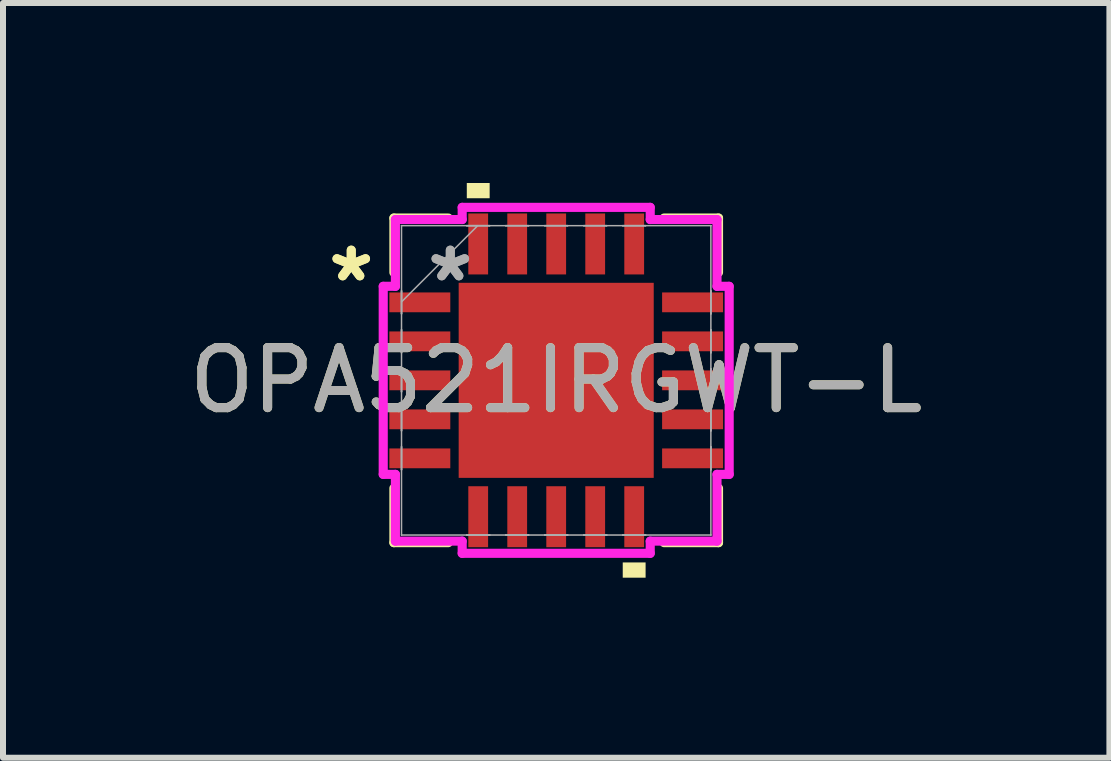
<source format=kicad_pcb>
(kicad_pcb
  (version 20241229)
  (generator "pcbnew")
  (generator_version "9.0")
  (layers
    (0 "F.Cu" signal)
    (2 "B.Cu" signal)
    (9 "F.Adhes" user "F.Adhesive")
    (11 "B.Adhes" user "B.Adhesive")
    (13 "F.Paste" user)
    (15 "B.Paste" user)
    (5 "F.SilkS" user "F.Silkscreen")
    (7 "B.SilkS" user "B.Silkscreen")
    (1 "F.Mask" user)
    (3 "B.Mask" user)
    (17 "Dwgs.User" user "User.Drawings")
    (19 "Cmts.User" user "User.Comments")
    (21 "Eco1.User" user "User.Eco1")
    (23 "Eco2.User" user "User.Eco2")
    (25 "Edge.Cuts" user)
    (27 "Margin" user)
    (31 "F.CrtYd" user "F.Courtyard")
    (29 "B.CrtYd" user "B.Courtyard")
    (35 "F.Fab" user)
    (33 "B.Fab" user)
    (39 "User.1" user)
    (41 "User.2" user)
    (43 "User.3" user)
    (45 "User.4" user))
  (footprint "OPA521IRGWT-L"
    (layer "F.Cu")
    (at 6.22 3.289)
    (property "Reference" "OPA521IRGWT-L" (at 0 0 0) (unlocked yes) (layer "F.SilkS") (effects (font (size 1 1) (thickness 0.15))))
    (attr smd)
    (fp_poly (pts (xy -1.689 -1.689) (xy -1.381 -1.689) (xy -1.381 1.689) (xy -1.689 1.689)) (stroke (width 0) (type solid)) (fill yes) (layer "F.Mask"))
    (fp_poly (pts (xy -1.689 -1.689) (xy 1.689 -1.689) (xy 1.689 -1.381) (xy -1.689 -1.381)) (stroke (width 0) (type solid)) (fill yes) (layer "F.Mask"))
    (fp_poly (pts (xy -1.689 -0.981) (xy 1.689 -0.981) (xy 1.689 -0.594) (xy -1.689 -0.594)) (stroke (width 0) (type solid)) (fill yes) (layer "F.Mask"))
    (fp_poly (pts (xy -1.689 -0.194) (xy 1.689 -0.194) (xy 1.689 0.194) (xy -1.689 0.194)) (stroke (width 0) (type solid)) (fill yes) (layer "F.Mask"))
    (fp_poly (pts (xy -1.689 0.594) (xy 1.689 0.594) (xy 1.689 0.981) (xy -1.689 0.981)) (stroke (width 0) (type solid)) (fill yes) (layer "F.Mask"))
    (fp_poly (pts (xy -1.689 1.381) (xy 1.689 1.381) (xy 1.689 1.689) (xy -1.689 1.689)) (stroke (width 0) (type solid)) (fill yes) (layer "F.Mask"))
    (fp_poly (pts (xy -0.594 -1.689) (xy -0.981 -1.689) (xy -0.981 1.689) (xy -0.594 1.689)) (stroke (width 0) (type solid)) (fill yes) (layer "F.Mask"))
    (fp_poly (pts (xy 0.194 -1.689) (xy -0.194 -1.689) (xy -0.194 1.689) (xy 0.194 1.689)) (stroke (width 0) (type solid)) (fill yes) (layer "F.Mask"))
    (fp_poly (pts (xy 0.981 -1.689) (xy 0.594 -1.689) (xy 0.594 1.689) (xy 0.981 1.689)) (stroke (width 0) (type solid)) (fill yes) (layer "F.Mask"))
    (fp_poly (pts (xy 1.381 -1.689) (xy 1.689 -1.689) (xy 1.689 1.689) (xy 1.381 1.689)) (stroke (width 0) (type solid)) (fill yes) (layer "F.Mask"))
    (fp_line (start -2.705 -2.705) (end -2.705 -1.798) (stroke (width 0.152) (type solid)) (layer "F.SilkS"))
    (fp_line (start -2.705 1.798) (end -2.705 2.705) (stroke (width 0.152) (type solid)) (layer "F.SilkS"))
    (fp_line (start -2.705 2.705) (end -1.798 2.705) (stroke (width 0.152) (type solid)) (layer "F.SilkS"))
    (fp_line (start -1.798 -2.705) (end -2.705 -2.705) (stroke (width 0.152) (type solid)) (layer "F.SilkS"))
    (fp_line (start 1.798 2.705) (end 2.705 2.705) (stroke (width 0.152) (type solid)) (layer "F.SilkS"))
    (fp_line (start 2.705 -2.705) (end 1.798 -2.705) (stroke (width 0.152) (type solid)) (layer "F.SilkS"))
    (fp_line (start 2.705 -1.798) (end 2.705 -2.705) (stroke (width 0.152) (type solid)) (layer "F.SilkS"))
    (fp_line (start 2.705 2.705) (end 2.705 1.798) (stroke (width 0.152) (type solid)) (layer "F.SilkS"))
    (fp_poly (pts (xy -1.49 -3.035) (xy -1.49 -3.289) (xy -1.109 -3.289) (xy -1.109 -3.035)) (stroke (width 0) (type solid)) (fill yes) (layer "F.SilkS"))
    (fp_poly (pts (xy 1.109 3.035) (xy 1.109 3.289) (xy 1.49 3.289) (xy 1.49 3.035)) (stroke (width 0) (type solid)) (fill yes) (layer "F.SilkS"))
    (fp_poly (pts (xy -1.551 -1.551) (xy -1.551 -1.281) (xy -1.423 -1.281) (xy -1.281 -1.423) (xy -1.281 -1.551)) (stroke (width 0) (type solid)) (fill yes) (layer "F.Paste"))
    (fp_poly (pts (xy -1.551 1.281) (xy -1.551 1.551) (xy -1.281 1.551) (xy -1.281 1.423) (xy -1.423 1.281)) (stroke (width 0) (type solid)) (fill yes) (layer "F.Paste"))
    (fp_poly (pts (xy 1.281 -1.551) (xy 1.281 -1.423) (xy 1.423 -1.281) (xy 1.551 -1.281) (xy 1.551 -1.551)) (stroke (width 0) (type solid)) (fill yes) (layer "F.Paste"))
    (fp_poly (pts (xy 1.423 1.281) (xy 1.281 1.423) (xy 1.281 1.551) (xy 1.551 1.551) (xy 1.551 1.281)) (stroke (width 0) (type solid)) (fill yes) (layer "F.Paste"))
    (fp_poly (pts (xy -1.551 -1.081) (xy -1.551 -0.494) (xy -1.423 -0.494) (xy -1.281 -0.635) (xy -1.281 -0.94) (xy -1.423 -1.081)) (stroke (width 0) (type solid)) (fill yes) (layer "F.Paste"))
    (fp_poly (pts (xy -1.551 -0.294) (xy -1.551 0.294) (xy -1.423 0.294) (xy -1.281 0.152) (xy -1.281 -0.152) (xy -1.423 -0.294)) (stroke (width 0) (type solid)) (fill yes) (layer "F.Paste"))
    (fp_poly (pts (xy -1.551 0.494) (xy -1.551 1.081) (xy -1.423 1.081) (xy -1.281 0.94) (xy -1.281 0.635) (xy -1.423 0.494)) (stroke (width 0) (type solid)) (fill yes) (layer "F.Paste"))
    (fp_poly (pts (xy -1.081 -1.551) (xy -1.081 -1.423) (xy -0.94 -1.281) (xy -0.635 -1.281) (xy -0.494 -1.423) (xy -0.494 -1.551)) (stroke (width 0) (type solid)) (fill yes) (layer "F.Paste"))
    (fp_poly (pts (xy -0.94 1.281) (xy -1.081 1.423) (xy -1.081 1.551) (xy -0.494 1.551) (xy -0.494 1.423) (xy -0.635 1.281)) (stroke (width 0) (type solid)) (fill yes) (layer "F.Paste"))
    (fp_poly (pts (xy -0.294 -1.551) (xy -0.294 -1.423) (xy -0.152 -1.281) (xy 0.152 -1.281) (xy 0.294 -1.423) (xy 0.294 -1.551)) (stroke (width 0) (type solid)) (fill yes) (layer "F.Paste"))
    (fp_poly (pts (xy -0.152 1.281) (xy -0.294 1.423) (xy -0.294 1.551) (xy 0.294 1.551) (xy 0.294 1.423) (xy 0.152 1.281)) (stroke (width 0) (type solid)) (fill yes) (layer "F.Paste"))
    (fp_poly (pts (xy 0.494 -1.551) (xy 0.494 -1.423) (xy 0.635 -1.281) (xy 0.94 -1.281) (xy 1.081 -1.423) (xy 1.081 -1.551)) (stroke (width 0) (type solid)) (fill yes) (layer "F.Paste"))
    (fp_poly (pts (xy 0.635 1.281) (xy 0.494 1.423) (xy 0.494 1.551) (xy 1.081 1.551) (xy 1.081 1.423) (xy 0.94 1.281)) (stroke (width 0) (type solid)) (fill yes) (layer "F.Paste"))
    (fp_poly (pts (xy 1.423 -1.081) (xy 1.281 -0.94) (xy 1.281 -0.635) (xy 1.423 -0.494) (xy 1.551 -0.494) (xy 1.551 -1.081)) (stroke (width 0) (type solid)) (fill yes) (layer "F.Paste"))
    (fp_poly (pts (xy 1.423 -0.294) (xy 1.281 -0.152) (xy 1.281 0.152) (xy 1.423 0.294) (xy 1.551 0.294) (xy 1.551 -0.294)) (stroke (width 0) (type solid)) (fill yes) (layer "F.Paste"))
    (fp_poly (pts (xy 1.423 0.494) (xy 1.281 0.635) (xy 1.281 0.94) (xy 1.423 1.081) (xy 1.551 1.081) (xy 1.551 0.494)) (stroke (width 0) (type solid)) (fill yes) (layer "F.Paste"))
    (fp_poly (pts (xy -0.94 -1.081) (xy -1.081 -0.94) (xy -1.081 -0.635) (xy -0.94 -0.494) (xy -0.635 -0.494) (xy -0.494 -0.635) (xy -0.494 -0.94) (xy -0.635 -1.081)) (stroke (width 0) (type solid)) (fill yes) (layer "F.Paste"))
    (fp_poly (pts (xy -0.94 -0.294) (xy -1.081 -0.152) (xy -1.081 0.152) (xy -0.94 0.294) (xy -0.635 0.294) (xy -0.494 0.152) (xy -0.494 -0.152) (xy -0.635 -0.294)) (stroke (width 0) (type solid)) (fill yes) (layer "F.Paste"))
    (fp_poly (pts (xy -0.94 0.494) (xy -1.081 0.635) (xy -1.081 0.94) (xy -0.94 1.081) (xy -0.635 1.081) (xy -0.494 0.94) (xy -0.494 0.635) (xy -0.635 0.494)) (stroke (width 0) (type solid)) (fill yes) (layer "F.Paste"))
    (fp_poly (pts (xy -0.152 -1.081) (xy -0.294 -0.94) (xy -0.294 -0.635) (xy -0.152 -0.494) (xy 0.152 -0.494) (xy 0.294 -0.635) (xy 0.294 -0.94) (xy 0.152 -1.081)) (stroke (width 0) (type solid)) (fill yes) (layer "F.Paste"))
    (fp_poly (pts (xy -0.152 -0.294) (xy -0.294 -0.152) (xy -0.294 0.152) (xy -0.152 0.294) (xy 0.152 0.294) (xy 0.294 0.152) (xy 0.294 -0.152) (xy 0.152 -0.294)) (stroke (width 0) (type solid)) (fill yes) (layer "F.Paste"))
    (fp_poly (pts (xy -0.152 0.494) (xy -0.294 0.635) (xy -0.294 0.94) (xy -0.152 1.081) (xy 0.152 1.081) (xy 0.294 0.94) (xy 0.294 0.635) (xy 0.152 0.494)) (stroke (width 0) (type solid)) (fill yes) (layer "F.Paste"))
    (fp_poly (pts (xy 0.635 -1.081) (xy 0.494 -0.94) (xy 0.494 -0.635) (xy 0.635 -0.494) (xy 0.94 -0.494) (xy 1.081 -0.635) (xy 1.081 -0.94) (xy 0.94 -1.081)) (stroke (width 0) (type solid)) (fill yes) (layer "F.Paste"))
    (fp_poly (pts (xy 0.635 -0.294) (xy 0.494 -0.152) (xy 0.494 0.152) (xy 0.635 0.294) (xy 0.94 0.294) (xy 1.081 0.152) (xy 1.081 -0.152) (xy 0.94 -0.294)) (stroke (width 0) (type solid)) (fill yes) (layer "F.Paste"))
    (fp_poly (pts (xy 0.635 0.494) (xy 0.494 0.635) (xy 0.494 0.94) (xy 0.635 1.081) (xy 0.94 1.081) (xy 1.081 0.94) (xy 1.081 0.635) (xy 0.94 0.494)) (stroke (width 0) (type solid)) (fill yes) (layer "F.Paste"))
    (fp_circle (center -1.181 -1.181) (end -0.8 -1.181) (stroke (width 0.254) (type solid)) (fill no) (layer "Eco1.User"))
    (fp_circle (center -1.181 -0.394) (end -0.8 -0.394) (stroke (width 0.254) (type solid)) (fill no) (layer "Eco1.User"))
    (fp_circle (center -1.181 0.394) (end -0.8 0.394) (stroke (width 0.254) (type solid)) (fill no) (layer "Eco1.User"))
    (fp_circle (center -1.181 1.181) (end -0.8 1.181) (stroke (width 0.254) (type solid)) (fill no) (layer "Eco1.User"))
    (fp_circle (center -0.394 -1.181) (end -0.013 -1.181) (stroke (width 0.254) (type solid)) (fill no) (layer "Eco1.User"))
    (fp_circle (center -0.394 -0.394) (end -0.013 -0.394) (stroke (width 0.254) (type solid)) (fill no) (layer "Eco1.User"))
    (fp_circle (center -0.394 0.394) (end -0.013 0.394) (stroke (width 0.254) (type solid)) (fill no) (layer "Eco1.User"))
    (fp_circle (center -0.394 1.181) (end -0.013 1.181) (stroke (width 0.254) (type solid)) (fill no) (layer "Eco1.User"))
    (fp_circle (center 0.394 -1.181) (end 0.775 -1.181) (stroke (width 0.254) (type solid)) (fill no) (layer "Eco1.User"))
    (fp_circle (center 0.394 -0.394) (end 0.775 -0.394) (stroke (width 0.254) (type solid)) (fill no) (layer "Eco1.User"))
    (fp_circle (center 0.394 0.394) (end 0.775 0.394) (stroke (width 0.254) (type solid)) (fill no) (layer "Eco1.User"))
    (fp_circle (center 0.394 1.181) (end 0.775 1.181) (stroke (width 0.254) (type solid)) (fill no) (layer "Eco1.User"))
    (fp_circle (center 1.181 -1.181) (end 1.562 -1.181) (stroke (width 0.254) (type solid)) (fill no) (layer "Eco1.User"))
    (fp_circle (center 1.181 -0.394) (end 1.562 -0.394) (stroke (width 0.254) (type solid)) (fill no) (layer "Eco1.User"))
    (fp_circle (center 1.181 0.394) (end 1.562 0.394) (stroke (width 0.254) (type solid)) (fill no) (layer "Eco1.User"))
    (fp_circle (center 1.181 1.181) (end 1.562 1.181) (stroke (width 0.254) (type solid)) (fill no) (layer "Eco1.User"))
    (fp_line (start -2.883 -1.567) (end -2.68 -1.567) (stroke (width 0.152) (type solid)) (layer "F.CrtYd"))
    (fp_line (start -2.883 1.567) (end -2.883 -1.567) (stroke (width 0.152) (type solid)) (layer "F.CrtYd"))
    (fp_line (start -2.68 -2.68) (end -1.567 -2.68) (stroke (width 0.152) (type solid)) (layer "F.CrtYd"))
    (fp_line (start -2.68 -1.567) (end -2.68 -2.68) (stroke (width 0.152) (type solid)) (layer "F.CrtYd"))
    (fp_line (start -2.68 1.567) (end -2.883 1.567) (stroke (width 0.152) (type solid)) (layer "F.CrtYd"))
    (fp_line (start -2.68 2.68) (end -2.68 1.567) (stroke (width 0.152) (type solid)) (layer "F.CrtYd"))
    (fp_line (start -1.567 -2.883) (end 1.567 -2.883) (stroke (width 0.152) (type solid)) (layer "F.CrtYd"))
    (fp_line (start -1.567 -2.68) (end -1.567 -2.883) (stroke (width 0.152) (type solid)) (layer "F.CrtYd"))
    (fp_line (start -1.567 2.68) (end -2.68 2.68) (stroke (width 0.152) (type solid)) (layer "F.CrtYd"))
    (fp_line (start -1.567 2.883) (end -1.567 2.68) (stroke (width 0.152) (type solid)) (layer "F.CrtYd"))
    (fp_line (start 1.567 -2.883) (end 1.567 -2.68) (stroke (width 0.152) (type solid)) (layer "F.CrtYd"))
    (fp_line (start 1.567 -2.68) (end 2.68 -2.68) (stroke (width 0.152) (type solid)) (layer "F.CrtYd"))
    (fp_line (start 1.567 2.68) (end 1.567 2.883) (stroke (width 0.152) (type solid)) (layer "F.CrtYd"))
    (fp_line (start 1.567 2.883) (end -1.567 2.883) (stroke (width 0.152) (type solid)) (layer "F.CrtYd"))
    (fp_line (start 2.68 -2.68) (end 2.68 -1.567) (stroke (width 0.152) (type solid)) (layer "F.CrtYd"))
    (fp_line (start 2.68 -1.567) (end 2.883 -1.567) (stroke (width 0.152) (type solid)) (layer "F.CrtYd"))
    (fp_line (start 2.68 1.567) (end 2.68 2.68) (stroke (width 0.152) (type solid)) (layer "F.CrtYd"))
    (fp_line (start 2.68 2.68) (end 1.567 2.68) (stroke (width 0.152) (type solid)) (layer "F.CrtYd"))
    (fp_line (start 2.883 -1.567) (end 2.883 1.567) (stroke (width 0.152) (type solid)) (layer "F.CrtYd"))
    (fp_line (start 2.883 1.567) (end 2.68 1.567) (stroke (width 0.152) (type solid)) (layer "F.CrtYd"))
    (fp_line (start -2.578 -2.578) (end -2.578 -2.578) (stroke (width 0.025) (type solid)) (layer "F.Fab"))
    (fp_line (start -2.578 -2.578) (end -2.578 2.578) (stroke (width 0.025) (type solid)) (layer "F.Fab"))
    (fp_line (start -2.578 -1.49) (end -2.578 -1.49) (stroke (width 0.025) (type solid)) (layer "F.Fab"))
    (fp_line (start -2.578 -1.49) (end -2.578 -1.109) (stroke (width 0.025) (type solid)) (layer "F.Fab"))
    (fp_line (start -2.578 -1.308) (end -1.308 -2.578) (stroke (width 0.025) (type solid)) (layer "F.Fab"))
    (fp_line (start -2.578 -1.109) (end -2.578 -1.49) (stroke (width 0.025) (type solid)) (layer "F.Fab"))
    (fp_line (start -2.578 -1.109) (end -2.578 -1.109) (stroke (width 0.025) (type solid)) (layer "F.Fab"))
    (fp_line (start -2.578 -0.841) (end -2.578 -0.841) (stroke (width 0.025) (type solid)) (layer "F.Fab"))
    (fp_line (start -2.578 -0.841) (end -2.578 -0.46) (stroke (width 0.025) (type solid)) (layer "F.Fab"))
    (fp_line (start -2.578 -0.46) (end -2.578 -0.841) (stroke (width 0.025) (type solid)) (layer "F.Fab"))
    (fp_line (start -2.578 -0.46) (end -2.578 -0.46) (stroke (width 0.025) (type solid)) (layer "F.Fab"))
    (fp_line (start -2.578 -0.191) (end -2.578 -0.191) (stroke (width 0.025) (type solid)) (layer "F.Fab"))
    (fp_line (start -2.578 -0.191) (end -2.578 0.191) (stroke (width 0.025) (type solid)) (layer "F.Fab"))
    (fp_line (start -2.578 0.191) (end -2.578 -0.191) (stroke (width 0.025) (type solid)) (layer "F.Fab"))
    (fp_line (start -2.578 0.191) (end -2.578 0.191) (stroke (width 0.025) (type solid)) (layer "F.Fab"))
    (fp_line (start -2.578 0.46) (end -2.578 0.46) (stroke (width 0.025) (type solid)) (layer "F.Fab"))
    (fp_line (start -2.578 0.46) (end -2.578 0.841) (stroke (width 0.025) (type solid)) (layer "F.Fab"))
    (fp_line (start -2.578 0.841) (end -2.578 0.46) (stroke (width 0.025) (type solid)) (layer "F.Fab"))
    (fp_line (start -2.578 0.841) (end -2.578 0.841) (stroke (width 0.025) (type solid)) (layer "F.Fab"))
    (fp_line (start -2.578 1.109) (end -2.578 1.109) (stroke (width 0.025) (type solid)) (layer "F.Fab"))
    (fp_line (start -2.578 1.109) (end -2.578 1.49) (stroke (width 0.025) (type solid)) (layer "F.Fab"))
    (fp_line (start -2.578 1.49) (end -2.578 1.109) (stroke (width 0.025) (type solid)) (layer "F.Fab"))
    (fp_line (start -2.578 1.49) (end -2.578 1.49) (stroke (width 0.025) (type solid)) (layer "F.Fab"))
    (fp_line (start -2.578 2.578) (end -2.578 2.578) (stroke (width 0.025) (type solid)) (layer "F.Fab"))
    (fp_line (start -2.578 2.578) (end 2.578 2.578) (stroke (width 0.025) (type solid)) (layer "F.Fab"))
    (fp_line (start -1.49 -2.578) (end -1.49 -2.578) (stroke (width 0.025) (type solid)) (layer "F.Fab"))
    (fp_line (start -1.49 -2.578) (end -1.109 -2.578) (stroke (width 0.025) (type solid)) (layer "F.Fab"))
    (fp_line (start -1.49 2.578) (end -1.49 2.578) (stroke (width 0.025) (type solid)) (layer "F.Fab"))
    (fp_line (start -1.49 2.578) (end -1.109 2.578) (stroke (width 0.025) (type solid)) (layer "F.Fab"))
    (fp_line (start -1.109 -2.578) (end -1.49 -2.578) (stroke (width 0.025) (type solid)) (layer "F.Fab"))
    (fp_line (start -1.109 -2.578) (end -1.109 -2.578) (stroke (width 0.025) (type solid)) (layer "F.Fab"))
    (fp_line (start -1.109 2.578) (end -1.49 2.578) (stroke (width 0.025) (type solid)) (layer "F.Fab"))
    (fp_line (start -1.109 2.578) (end -1.109 2.578) (stroke (width 0.025) (type solid)) (layer "F.Fab"))
    (fp_line (start -0.841 -2.578) (end -0.841 -2.578) (stroke (width 0.025) (type solid)) (layer "F.Fab"))
    (fp_line (start -0.841 -2.578) (end -0.46 -2.578) (stroke (width 0.025) (type solid)) (layer "F.Fab"))
    (fp_line (start -0.841 2.578) (end -0.841 2.578) (stroke (width 0.025) (type solid)) (layer "F.Fab"))
    (fp_line (start -0.841 2.578) (end -0.46 2.578) (stroke (width 0.025) (type solid)) (layer "F.Fab"))
    (fp_line (start -0.46 -2.578) (end -0.841 -2.578) (stroke (width 0.025) (type solid)) (layer "F.Fab"))
    (fp_line (start -0.46 -2.578) (end -0.46 -2.578) (stroke (width 0.025) (type solid)) (layer "F.Fab"))
    (fp_line (start -0.46 2.578) (end -0.841 2.578) (stroke (width 0.025) (type solid)) (layer "F.Fab"))
    (fp_line (start -0.46 2.578) (end -0.46 2.578) (stroke (width 0.025) (type solid)) (layer "F.Fab"))
    (fp_line (start -0.191 -2.578) (end -0.191 -2.578) (stroke (width 0.025) (type solid)) (layer "F.Fab"))
    (fp_line (start -0.191 -2.578) (end 0.191 -2.578) (stroke (width 0.025) (type solid)) (layer "F.Fab"))
    (fp_line (start -0.191 2.578) (end -0.191 2.578) (stroke (width 0.025) (type solid)) (layer "F.Fab"))
    (fp_line (start -0.191 2.578) (end 0.191 2.578) (stroke (width 0.025) (type solid)) (layer "F.Fab"))
    (fp_line (start 0.191 -2.578) (end -0.191 -2.578) (stroke (width 0.025) (type solid)) (layer "F.Fab"))
    (fp_line (start 0.191 -2.578) (end 0.191 -2.578) (stroke (width 0.025) (type solid)) (layer "F.Fab"))
    (fp_line (start 0.191 2.578) (end -0.191 2.578) (stroke (width 0.025) (type solid)) (layer "F.Fab"))
    (fp_line (start 0.191 2.578) (end 0.191 2.578) (stroke (width 0.025) (type solid)) (layer "F.Fab"))
    (fp_line (start 0.46 -2.578) (end 0.46 -2.578) (stroke (width 0.025) (type solid)) (layer "F.Fab"))
    (fp_line (start 0.46 -2.578) (end 0.841 -2.578) (stroke (width 0.025) (type solid)) (layer "F.Fab"))
    (fp_line (start 0.46 2.578) (end 0.46 2.578) (stroke (width 0.025) (type solid)) (layer "F.Fab"))
    (fp_line (start 0.46 2.578) (end 0.841 2.578) (stroke (width 0.025) (type solid)) (layer "F.Fab"))
    (fp_line (start 0.841 -2.578) (end 0.46 -2.578) (stroke (width 0.025) (type solid)) (layer "F.Fab"))
    (fp_line (start 0.841 -2.578) (end 0.841 -2.578) (stroke (width 0.025) (type solid)) (layer "F.Fab"))
    (fp_line (start 0.841 2.578) (end 0.46 2.578) (stroke (width 0.025) (type solid)) (layer "F.Fab"))
    (fp_line (start 0.841 2.578) (end 0.841 2.578) (stroke (width 0.025) (type solid)) (layer "F.Fab"))
    (fp_line (start 1.109 -2.578) (end 1.109 -2.578) (stroke (width 0.025) (type solid)) (layer "F.Fab"))
    (fp_line (start 1.109 -2.578) (end 1.49 -2.578) (stroke (width 0.025) (type solid)) (layer "F.Fab"))
    (fp_line (start 1.109 2.578) (end 1.109 2.578) (stroke (width 0.025) (type solid)) (layer "F.Fab"))
    (fp_line (start 1.109 2.578) (end 1.49 2.578) (stroke (width 0.025) (type solid)) (layer "F.Fab"))
    (fp_line (start 1.49 -2.578) (end 1.109 -2.578) (stroke (width 0.025) (type solid)) (layer "F.Fab"))
    (fp_line (start 1.49 -2.578) (end 1.49 -2.578) (stroke (width 0.025) (type solid)) (layer "F.Fab"))
    (fp_line (start 1.49 2.578) (end 1.109 2.578) (stroke (width 0.025) (type solid)) (layer "F.Fab"))
    (fp_line (start 1.49 2.578) (end 1.49 2.578) (stroke (width 0.025) (type solid)) (layer "F.Fab"))
    (fp_line (start 2.578 -2.578) (end -2.578 -2.578) (stroke (width 0.025) (type solid)) (layer "F.Fab"))
    (fp_line (start 2.578 -2.578) (end 2.578 -2.578) (stroke (width 0.025) (type solid)) (layer "F.Fab"))
    (fp_line (start 2.578 -1.49) (end 2.578 -1.49) (stroke (width 0.025) (type solid)) (layer "F.Fab"))
    (fp_line (start 2.578 -1.49) (end 2.578 -1.109) (stroke (width 0.025) (type solid)) (layer "F.Fab"))
    (fp_line (start 2.578 -1.109) (end 2.578 -1.49) (stroke (width 0.025) (type solid)) (layer "F.Fab"))
    (fp_line (start 2.578 -1.109) (end 2.578 -1.109) (stroke (width 0.025) (type solid)) (layer "F.Fab"))
    (fp_line (start 2.578 -0.841) (end 2.578 -0.841) (stroke (width 0.025) (type solid)) (layer "F.Fab"))
    (fp_line (start 2.578 -0.841) (end 2.578 -0.46) (stroke (width 0.025) (type solid)) (layer "F.Fab"))
    (fp_line (start 2.578 -0.46) (end 2.578 -0.841) (stroke (width 0.025) (type solid)) (layer "F.Fab"))
    (fp_line (start 2.578 -0.46) (end 2.578 -0.46) (stroke (width 0.025) (type solid)) (layer "F.Fab"))
    (fp_line (start 2.578 -0.191) (end 2.578 -0.191) (stroke (width 0.025) (type solid)) (layer "F.Fab"))
    (fp_line (start 2.578 -0.191) (end 2.578 0.191) (stroke (width 0.025) (type solid)) (layer "F.Fab"))
    (fp_line (start 2.578 0.191) (end 2.578 -0.191) (stroke (width 0.025) (type solid)) (layer "F.Fab"))
    (fp_line (start 2.578 0.191) (end 2.578 0.191) (stroke (width 0.025) (type solid)) (layer "F.Fab"))
    (fp_line (start 2.578 0.46) (end 2.578 0.46) (stroke (width 0.025) (type solid)) (layer "F.Fab"))
    (fp_line (start 2.578 0.46) (end 2.578 0.841) (stroke (width 0.025) (type solid)) (layer "F.Fab"))
    (fp_line (start 2.578 0.841) (end 2.578 0.46) (stroke (width 0.025) (type solid)) (layer "F.Fab"))
    (fp_line (start 2.578 0.841) (end 2.578 0.841) (stroke (width 0.025) (type solid)) (layer "F.Fab"))
    (fp_line (start 2.578 1.109) (end 2.578 1.109) (stroke (width 0.025) (type solid)) (layer "F.Fab"))
    (fp_line (start 2.578 1.109) (end 2.578 1.49) (stroke (width 0.025) (type solid)) (layer "F.Fab"))
    (fp_line (start 2.578 1.49) (end 2.578 1.109) (stroke (width 0.025) (type solid)) (layer "F.Fab"))
    (fp_line (start 2.578 1.49) (end 2.578 1.49) (stroke (width 0.025) (type solid)) (layer "F.Fab"))
    (fp_line (start 2.578 2.578) (end 2.578 -2.578) (stroke (width 0.025) (type solid)) (layer "F.Fab"))
    (fp_line (start 2.578 2.578) (end 2.578 2.578) (stroke (width 0.025) (type solid)) (layer "F.Fab"))
    (fp_text user "*" (at -3.416 -1.625 0) (layer "F.SilkS") (effects (font (size 1 1) (thickness 0.15))))
    (fp_text user "*" (at -3.416 -1.625 0) (unlocked yes) (layer "F.SilkS") (effects (font (size 1 1) (thickness 0.15))))
    (fp_text user "${REFERENCE}" (at 0 0 0) (unlocked yes) (layer "F.Fab") (effects (font (size 1 1) (thickness 0.15))))
    (fp_text user "*" (at -1.765 -1.625 0) (unlocked yes) (layer "F.Fab") (effects (font (size 1 1) (thickness 0.15))))
    (fp_text user "*" (at -1.765 -1.625 0) (layer "F.Fab") (effects (font (size 1 1) (thickness 0.15))))
    (pad "1" smd rect (at -2.273 -1.3 90) (size 0.33 1.016) (layers "F.Cu" "F.Mask" "F.Paste"))
    (pad "2" smd rect (at -2.273 -0.65 90) (size 0.33 1.016) (layers "F.Cu" "F.Mask" "F.Paste"))
    (pad "3" smd rect (at -2.273 0 90) (size 0.33 1.016) (layers "F.Cu" "F.Mask" "F.Paste"))
    (pad "4" smd rect (at -2.273 0.65 90) (size 0.33 1.016) (layers "F.Cu" "F.Mask" "F.Paste"))
    (pad "5" smd rect (at -2.273 1.3 90) (size 0.33 1.016) (layers "F.Cu" "F.Mask" "F.Paste"))
    (pad "6" smd rect (at -1.3 2.273) (size 0.33 1.016) (layers "F.Cu" "F.Mask" "F.Paste"))
    (pad "7" smd rect (at -0.65 2.273) (size 0.33 1.016) (layers "F.Cu" "F.Mask" "F.Paste"))
    (pad "8" smd rect (at 0 2.273) (size 0.33 1.016) (layers "F.Cu" "F.Mask" "F.Paste"))
    (pad "9" smd rect (at 0.65 2.273) (size 0.33 1.016) (layers "F.Cu" "F.Mask" "F.Paste"))
    (pad "10" smd rect (at 1.3 2.273) (size 0.33 1.016) (layers "F.Cu" "F.Mask" "F.Paste"))
    (pad "11" smd rect (at 2.273 1.3 90) (size 0.33 1.016) (layers "F.Cu" "F.Mask" "F.Paste"))
    (pad "12" smd rect (at 2.273 0.65 90) (size 0.33 1.016) (layers "F.Cu" "F.Mask" "F.Paste"))
    (pad "13" smd rect (at 2.273 0 90) (size 0.33 1.016) (layers "F.Cu" "F.Mask" "F.Paste"))
    (pad "14" smd rect (at 2.273 -0.65 90) (size 0.33 1.016) (layers "F.Cu" "F.Mask" "F.Paste"))
    (pad "15" smd rect (at 2.273 -1.3 90) (size 0.33 1.016) (layers "F.Cu" "F.Mask" "F.Paste"))
    (pad "16" smd rect (at 1.3 -2.273) (size 0.33 1.016) (layers "F.Cu" "F.Mask" "F.Paste"))
    (pad "17" smd rect (at 0.65 -2.273) (size 0.33 1.016) (layers "F.Cu" "F.Mask" "F.Paste"))
    (pad "18" smd rect (at 0 -2.273) (size 0.33 1.016) (layers "F.Cu" "F.Mask" "F.Paste"))
    (pad "19" smd rect (at -0.65 -2.273) (size 0.33 1.016) (layers "F.Cu" "F.Mask" "F.Paste"))
    (pad "20" smd rect (at -1.3 -2.273) (size 0.33 1.016) (layers "F.Cu" "F.Mask" "F.Paste"))
    (pad "21" smd rect (at 0 0) (size 3.251 3.251) (layers "F.Cu")))
  (gr_rect
    (start -3 -3)
    (end 15.44 9.579)
    (stroke (width 0.1) (type default))
    (fill no)
    (layer "Edge.Cuts")))
</source>
